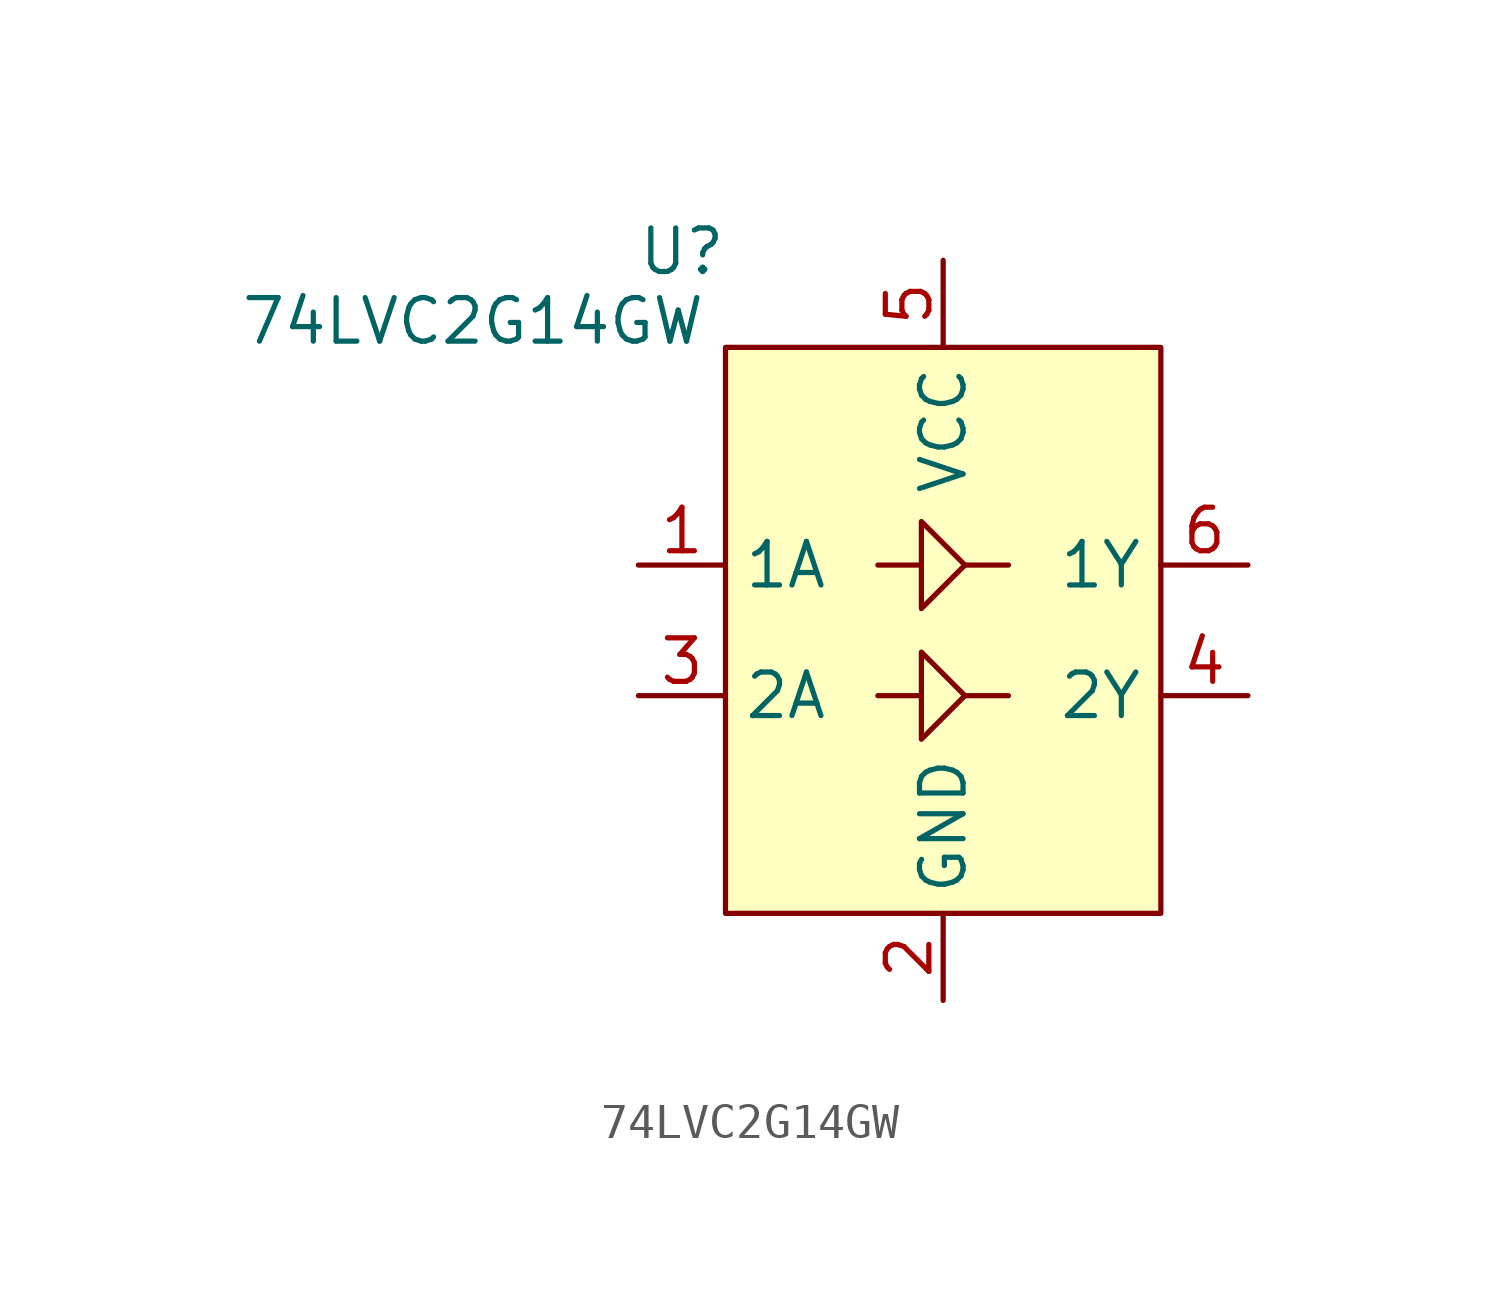
<source format=kicad_sym>
(kicad_symbol_lib
  (version 20241209)
  (generator "kicad_symbol_editor")
  (generator_version "9.0")
  (symbol "74LVC2G14GW"
    (property "Reference" "U"
      (at -7.62 2.794 0)
      (effects (font (size 1.27 1.27))))
    (property "Value" "74LVC2G14GW"
      (at -13.716 0.762 0)
      (effects (font (size 1.27 1.27))))
    (symbol "74LVC2G14GW_1_1"
      (rectangle (start -6.35 0) (end 6.35 -16.51) (stroke (width 0) (type solid)) (fill (type background)))
      (polyline (pts (xy -1.905 -6.35) (xy -0.635 -6.35) (xy -0.635 -5.08) (xy 0.635 -6.35) (xy -0.635 -7.62) (xy -0.635 -6.35)) (stroke (width 0) (type default)) (fill (type none)))
      (polyline (pts (xy -1.905 -10.16) (xy -0.635 -10.16) (xy -0.635 -8.89) (xy 0.635 -10.16) (xy -0.635 -11.43) (xy -0.635 -10.16)) (stroke (width 0) (type default)) (fill (type none)))
      (polyline (pts (xy 0.635 -6.35) (xy 1.905 -6.35)) (stroke (width 0) (type default)) (fill (type none)))
      (polyline (pts (xy 0.635 -10.16) (xy 1.905 -10.16)) (stroke (width 0) (type default)) (fill (type none)))
      (pin input line (at -8.89 -6.35 0) (length 2.54) (name "1A" (effects (font (size 1.27 1.27)))) (number "1" (effects (font (size 1.27 1.27)))))
      (pin input line (at -8.89 -10.16 0) (length 2.54) (name "2A" (effects (font (size 1.27 1.27)))) (number "3" (effects (font (size 1.27 1.27)))))
      (pin power_in line (at 0 2.54 270) (length 2.54) (name "VCC" (effects (font (size 1.27 1.27)))) (number "5" (effects (font (size 1.27 1.27)))))
      (pin power_in line (at 0 -19.05 90) (length 2.54) (name "GND" (effects (font (size 1.27 1.27)))) (number "2" (effects (font (size 1.27 1.27)))))
      (pin output line (at 8.89 -6.35 180) (length 2.54) (name "1Y" (effects (font (size 1.27 1.27)))) (number "6" (effects (font (size 1.27 1.27)))))
      (pin output line (at 8.89 -10.16 180) (length 2.54) (name "2Y" (effects (font (size 1.27 1.27)))) (number "4" (effects (font (size 1.27 1.27))))))))
</source>
